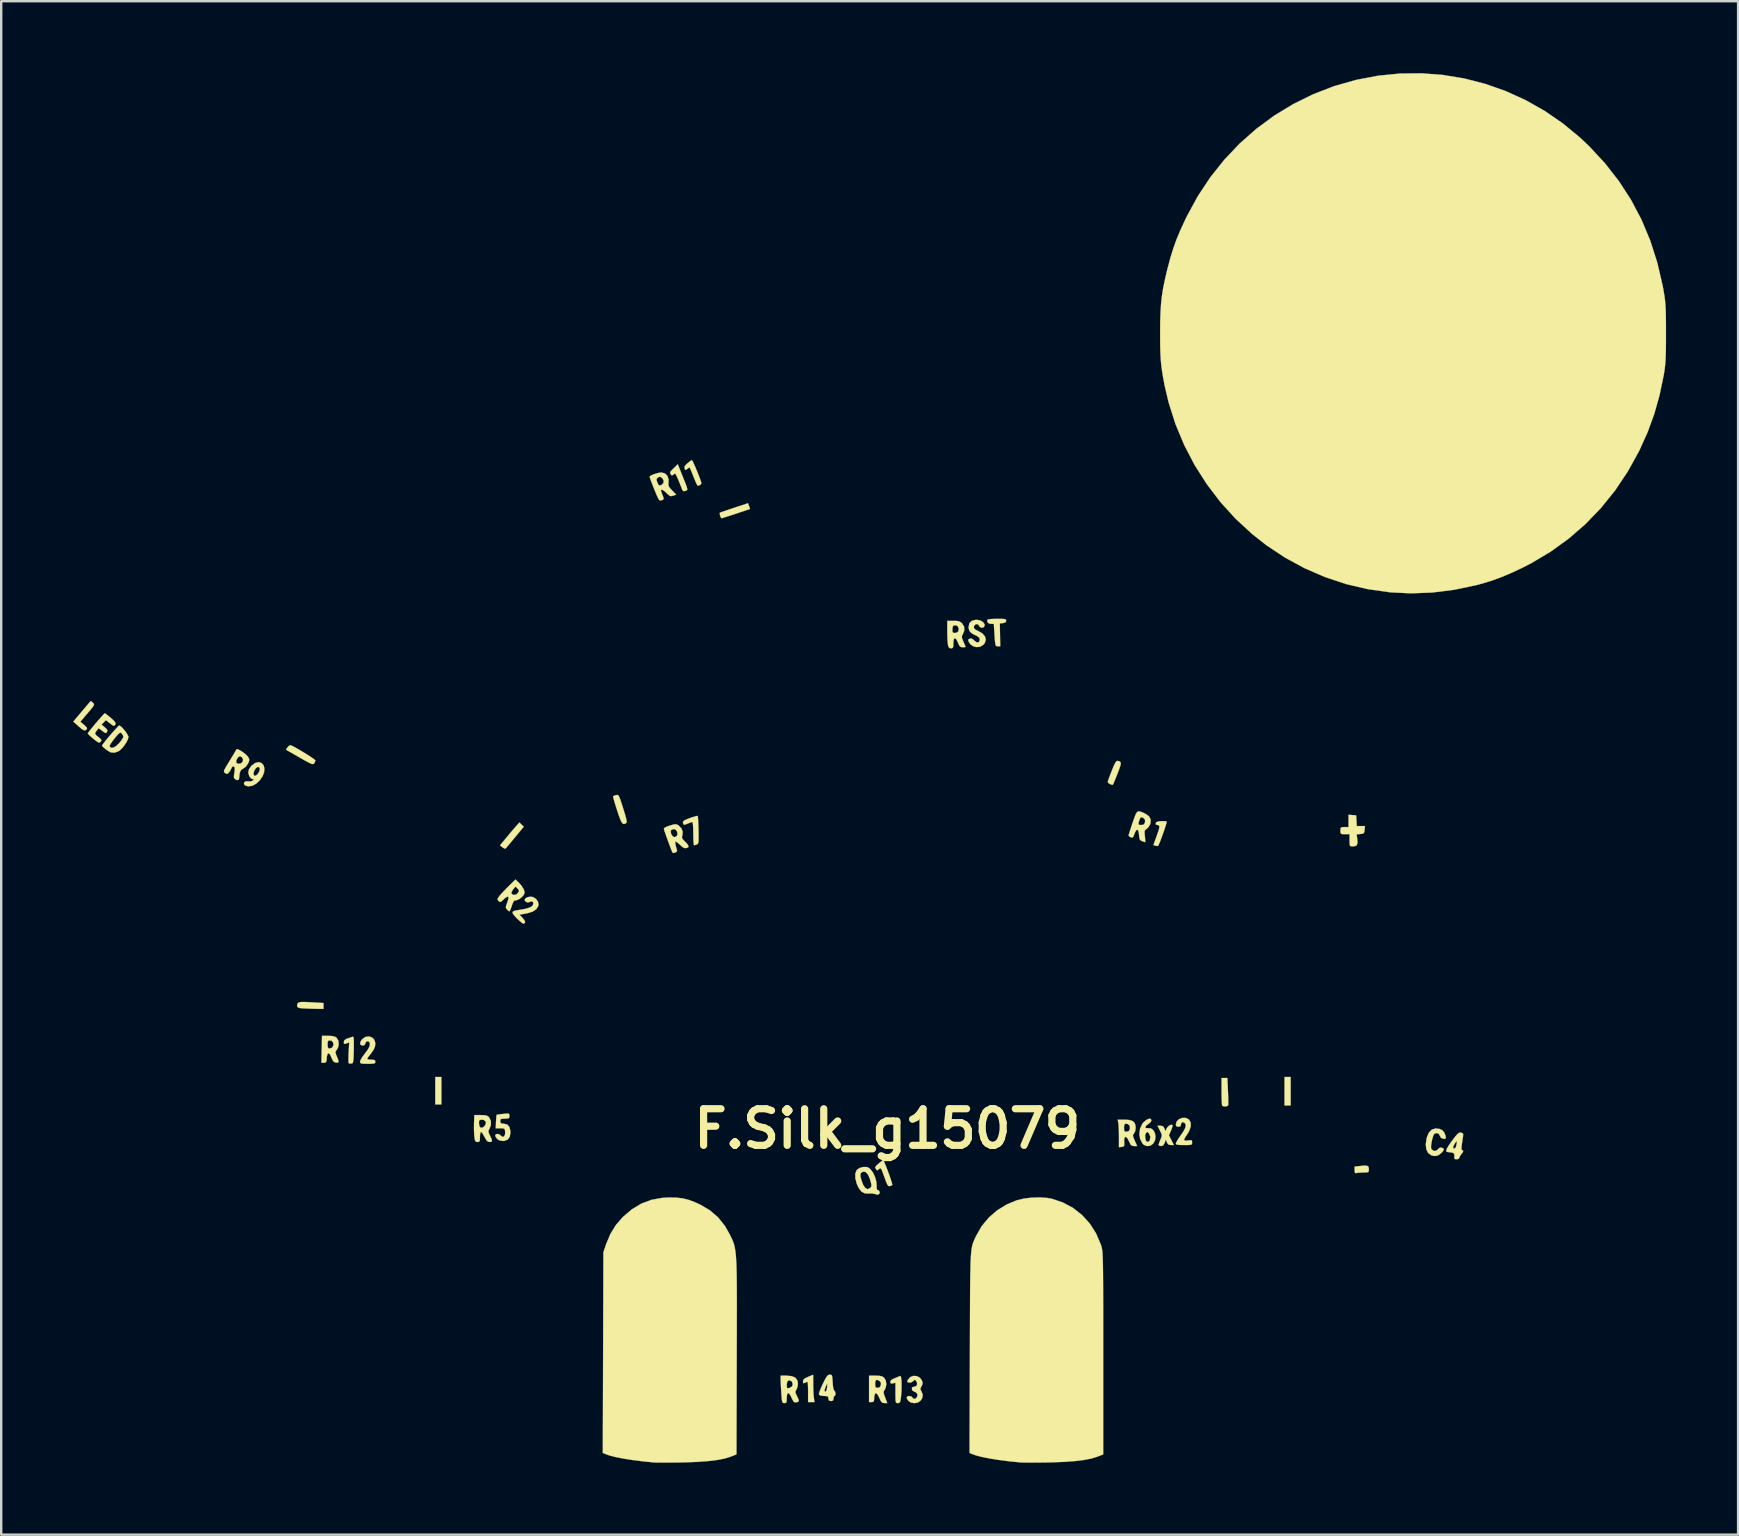
<source format=kicad_pcb>
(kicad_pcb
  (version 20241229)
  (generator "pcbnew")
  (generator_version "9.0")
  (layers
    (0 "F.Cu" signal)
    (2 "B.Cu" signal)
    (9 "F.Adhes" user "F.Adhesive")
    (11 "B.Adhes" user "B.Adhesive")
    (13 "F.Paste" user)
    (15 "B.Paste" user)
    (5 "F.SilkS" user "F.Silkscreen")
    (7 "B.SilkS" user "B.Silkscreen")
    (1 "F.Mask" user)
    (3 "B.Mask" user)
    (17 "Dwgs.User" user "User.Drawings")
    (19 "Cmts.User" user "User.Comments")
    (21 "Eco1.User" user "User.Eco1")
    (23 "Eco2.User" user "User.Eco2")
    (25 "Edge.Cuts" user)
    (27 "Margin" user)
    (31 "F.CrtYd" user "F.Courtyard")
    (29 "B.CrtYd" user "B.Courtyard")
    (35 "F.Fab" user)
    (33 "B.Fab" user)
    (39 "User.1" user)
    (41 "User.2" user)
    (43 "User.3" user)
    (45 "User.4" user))
  (footprint "F.Silk_g15079"
    (layer "F.Cu")
    (at 33.926 43.988)
    (property "Reference" "F.Silk_g15079" (at 0 0 0) (layer "F.SilkS") (effects (font (size 1.524 1.524) (thickness 0.3))))
    (attr through_hole)
    (fp_poly (pts (xy -18.584 -1.016) (xy -18.838 -1.016) (xy -18.838 -2.159) (xy -18.584 -2.159) (xy -18.584 -1.016)) (stroke (width 0.01) (type solid)) (fill yes) (layer "F.SilkS"))
    (fp_poly (pts (xy 16.806 -0.974) (xy 16.552 -0.974) (xy 16.552 -2.159) (xy 16.806 -2.159) (xy 16.806 -0.974)) (stroke (width 0.01) (type solid)) (fill yes) (layer "F.SilkS"))
    (fp_poly (pts (xy -24.224 -5.282) (xy -24.008 -5.271) (xy -23.495 -5.24) (xy -23.495 -4.995) (xy -23.887 -5.002) (xy -24.082 -5.008) (xy -24.264 -5.015) (xy -24.403 -5.023) (xy -24.437 -5.026) (xy -24.55 -5.051) (xy -24.593 -5.098) (xy -24.595 -5.114) (xy -24.588 -5.19) (xy -24.561 -5.242) (xy -24.499 -5.272) (xy -24.391 -5.284) (xy -24.224 -5.282)) (stroke (width 0.01) (type solid)) (fill yes) (layer "F.SilkS"))
    (fp_poly (pts (xy 14.195 -1.561) (xy 14.203 -1.351) (xy 14.207 -1.171) (xy 14.206 -1.039) (xy 14.201 -0.972) (xy 14.199 -0.968) (xy 14.142 -0.939) (xy 14.05 -0.933) (xy 13.97 -0.95) (xy 13.956 -0.96) (xy 13.945 -1.01) (xy 13.937 -1.129) (xy 13.931 -1.299) (xy 13.928 -1.504) (xy 13.928 -1.552) (xy 13.928 -2.117) (xy 14.169 -2.117) (xy 14.195 -1.561)) (stroke (width 0.01) (type solid)) (fill yes) (layer "F.SilkS"))
    (fp_poly (pts (xy 19.997 1.543) (xy 20.048 1.582) (xy 20.065 1.658) (xy 20.066 1.696) (xy 20.062 1.767) (xy 20.035 1.804) (xy 19.965 1.818) (xy 19.837 1.82) (xy 19.695 1.825) (xy 19.581 1.837) (xy 19.54 1.846) (xy 19.495 1.846) (xy 19.476 1.789) (xy 19.473 1.724) (xy 19.473 1.577) (xy 19.728 1.548) (xy 19.896 1.534) (xy 19.997 1.543)) (stroke (width 0.01) (type solid)) (fill yes) (layer "F.SilkS"))
    (fp_poly (pts (xy -15.241 -12.675) (xy -15.15 -12.587) (xy -15.517 -12.146) (xy -15.653 -11.982) (xy -15.771 -11.841) (xy -15.859 -11.736) (xy -15.907 -11.681) (xy -15.911 -11.676) (xy -15.959 -11.68) (xy -16.036 -11.728) (xy -16.039 -11.729) (xy -16.139 -11.811) (xy -15.896 -12.107) (xy -15.763 -12.268) (xy -15.627 -12.428) (xy -15.514 -12.56) (xy -15.493 -12.583) (xy -15.331 -12.764) (xy -15.241 -12.675)) (stroke (width 0.01) (type solid)) (fill yes) (layer "F.SilkS"))
    (fp_poly (pts (xy -5.763 -25.949) (xy -5.721 -25.828) (xy -6.3 -25.635) (xy -6.509 -25.567) (xy -6.688 -25.509) (xy -6.823 -25.466) (xy -6.9 -25.444) (xy -6.91 -25.442) (xy -6.942 -25.478) (xy -6.968 -25.55) (xy -6.983 -25.635) (xy -6.98 -25.671) (xy -6.936 -25.689) (xy -6.826 -25.727) (xy -6.666 -25.782) (xy -6.469 -25.849) (xy -6.384 -25.877) (xy -5.805 -26.069) (xy -5.763 -25.949)) (stroke (width 0.01) (type solid)) (fill yes) (layer "F.SilkS"))
    (fp_poly (pts (xy -24.76 -15.936) (xy -24.624 -15.862) (xy -24.463 -15.769) (xy -24.293 -15.666) (xy -24.129 -15.564) (xy -23.987 -15.471) (xy -23.884 -15.398) (xy -23.836 -15.354) (xy -23.834 -15.35) (xy -23.857 -15.276) (xy -23.887 -15.227) (xy -23.913 -15.203) (xy -23.952 -15.198) (xy -24.017 -15.216) (xy -24.117 -15.264) (xy -24.266 -15.344) (xy -24.475 -15.463) (xy -24.499 -15.477) (xy -25.058 -15.798) (xy -24.99 -15.902) (xy -24.913 -15.977) (xy -24.854 -15.98) (xy -24.76 -15.936)) (stroke (width 0.01) (type solid)) (fill yes) (layer "F.SilkS"))
    (fp_poly (pts (xy -3.09 10.622) (xy -3.087 10.821) (xy -3.079 11.013) (xy -3.067 11.165) (xy -3.063 11.191) (xy -3.036 11.388) (xy -3.302 11.388) (xy -3.302 10.964) (xy -3.304 10.787) (xy -3.31 10.646) (xy -3.319 10.559) (xy -3.326 10.541) (xy -3.378 10.559) (xy -3.432 10.585) (xy -3.493 10.606) (xy -3.513 10.563) (xy -3.514 10.527) (xy -3.498 10.459) (xy -3.438 10.403) (xy -3.316 10.343) (xy -3.302 10.337) (xy -3.09 10.249) (xy -3.09 10.622)) (stroke (width 0.01) (type solid)) (fill yes) (layer "F.SilkS"))
    (fp_poly (pts (xy 9.597 -15.331) (xy 9.673 -15.312) (xy 9.717 -15.279) (xy 9.728 -15.22) (xy 9.708 -15.121) (xy 9.655 -14.968) (xy 9.594 -14.809) (xy 9.523 -14.628) (xy 9.462 -14.478) (xy 9.418 -14.376) (xy 9.398 -14.338) (xy 9.348 -14.339) (xy 9.282 -14.363) (xy 9.209 -14.413) (xy 9.186 -14.453) (xy 9.201 -14.509) (xy 9.241 -14.626) (xy 9.3 -14.784) (xy 9.354 -14.922) (xy 9.433 -15.116) (xy 9.493 -15.241) (xy 9.54 -15.309) (xy 9.581 -15.332) (xy 9.597 -15.331)) (stroke (width 0.01) (type solid)) (fill yes) (layer "F.SilkS"))
    (fp_poly (pts (xy -33.165 -17.808) (xy -33.104 -17.756) (xy -33.07 -17.718) (xy -33.058 -17.68) (xy -33.076 -17.63) (xy -33.13 -17.552) (xy -33.227 -17.434) (xy -33.326 -17.318) (xy -33.629 -16.963) (xy -33.472 -16.831) (xy -33.379 -16.744) (xy -33.347 -16.687) (xy -33.366 -16.647) (xy -33.419 -16.607) (xy -33.478 -16.607) (xy -33.558 -16.653) (xy -33.676 -16.75) (xy -33.714 -16.784) (xy -33.921 -16.97) (xy -33.569 -17.386) (xy -33.436 -17.543) (xy -33.323 -17.676) (xy -33.242 -17.772) (xy -33.203 -17.818) (xy -33.202 -17.82) (xy -33.165 -17.808)) (stroke (width 0.01) (type solid)) (fill yes) (layer "F.SilkS"))
    (fp_poly (pts (xy -8.535 -27.201) (xy -8.446 -26.977) (xy -8.385 -26.82) (xy -8.349 -26.716) (xy -8.337 -26.653) (xy -8.346 -26.618) (xy -8.373 -26.598) (xy -8.415 -26.582) (xy -8.494 -26.568) (xy -8.54 -26.619) (xy -8.548 -26.639) (xy -8.654 -26.908) (xy -8.739 -27.111) (xy -8.801 -27.244) (xy -8.839 -27.303) (xy -8.844 -27.305) (xy -8.895 -27.279) (xy -8.926 -27.252) (xy -8.978 -27.224) (xy -9.018 -27.263) (xy -9.048 -27.317) (xy -9.048 -27.362) (xy -9.008 -27.419) (xy -8.919 -27.51) (xy -8.896 -27.532) (xy -8.732 -27.692) (xy -8.535 -27.201)) (stroke (width 0.01) (type solid)) (fill yes) (layer "F.SilkS"))
    (fp_poly (pts (xy -11.222 -13.904) (xy -11.19 -13.866) (xy -11.153 -13.788) (xy -11.106 -13.657) (xy -11.043 -13.463) (xy -11.009 -13.354) (xy -10.937 -13.12) (xy -10.89 -12.953) (xy -10.866 -12.843) (xy -10.863 -12.776) (xy -10.879 -12.743) (xy -10.885 -12.738) (xy -10.95 -12.705) (xy -11.004 -12.705) (xy -11.054 -12.747) (xy -11.106 -12.84) (xy -11.166 -12.993) (xy -11.243 -13.217) (xy -11.26 -13.27) (xy -11.326 -13.476) (xy -11.378 -13.651) (xy -11.414 -13.781) (xy -11.429 -13.852) (xy -11.428 -13.859) (xy -11.376 -13.883) (xy -11.3 -13.906) (xy -11.257 -13.913) (xy -11.222 -13.904)) (stroke (width 0.01) (type solid)) (fill yes) (layer "F.SilkS"))
    (fp_poly (pts (xy -22.254 -3.83) (xy -22.24 -3.778) (xy -22.232 -3.672) (xy -22.231 -3.5) (xy -22.234 -3.295) (xy -22.24 -3.067) (xy -22.247 -2.909) (xy -22.258 -2.809) (xy -22.274 -2.753) (xy -22.299 -2.727) (xy -22.333 -2.718) (xy -22.415 -2.719) (xy -22.445 -2.732) (xy -22.454 -2.782) (xy -22.456 -2.898) (xy -22.453 -3.06) (xy -22.447 -3.179) (xy -22.424 -3.601) (xy -22.536 -3.558) (xy -22.616 -3.536) (xy -22.645 -3.562) (xy -22.648 -3.614) (xy -22.628 -3.688) (xy -22.552 -3.741) (xy -22.49 -3.764) (xy -22.373 -3.803) (xy -22.287 -3.834) (xy -22.277 -3.838) (xy -22.254 -3.83)) (stroke (width 0.01) (type solid)) (fill yes) (layer "F.SilkS"))
    (fp_poly (pts (xy 0.565 10.327) (xy 0.582 10.423) (xy 0.592 10.571) (xy 0.594 10.753) (xy 0.587 10.953) (xy 0.571 11.155) (xy 0.565 11.208) (xy 0.545 11.338) (xy 0.518 11.405) (xy 0.473 11.428) (xy 0.439 11.43) (xy 0.393 11.427) (xy 0.364 11.407) (xy 0.348 11.354) (xy 0.341 11.254) (xy 0.339 11.091) (xy 0.339 11.006) (xy 0.339 10.582) (xy 0.233 10.608) (xy 0.154 10.616) (xy 0.128 10.574) (xy 0.127 10.55) (xy 0.133 10.509) (xy 0.161 10.472) (xy 0.225 10.432) (xy 0.339 10.381) (xy 0.516 10.308) (xy 0.54 10.299) (xy 0.565 10.327)) (stroke (width 0.01) (type solid)) (fill yes) (layer "F.SilkS"))
    (fp_poly (pts (xy 4.755 -21.25) (xy 4.867 -21.243) (xy 4.927 -21.227) (xy 4.95 -21.199) (xy 4.953 -21.169) (xy 4.928 -21.106) (xy 4.841 -21.077) (xy 4.82 -21.074) (xy 4.688 -21.061) (xy 4.696 -20.585) (xy 4.704 -20.108) (xy 4.601 -20.108) (xy 4.556 -20.112) (xy 4.525 -20.131) (xy 4.505 -20.182) (xy 4.49 -20.279) (xy 4.477 -20.436) (xy 4.468 -20.574) (xy 4.438 -21.04) (xy 4.319 -21.04) (xy 4.219 -21.066) (xy 4.163 -21.131) (xy 4.171 -21.211) (xy 4.172 -21.213) (xy 4.222 -21.23) (xy 4.337 -21.243) (xy 4.495 -21.25) (xy 4.574 -21.251) (xy 4.755 -21.25)) (stroke (width 0.01) (type solid)) (fill yes) (layer "F.SilkS"))
    (fp_poly (pts (xy 11.624 -12.809) (xy 11.642 -12.796) (xy 11.628 -12.73) (xy 11.592 -12.609) (xy 11.541 -12.452) (xy 11.48 -12.279) (xy 11.417 -12.107) (xy 11.359 -11.956) (xy 11.311 -11.844) (xy 11.282 -11.789) (xy 11.279 -11.787) (xy 11.207 -11.79) (xy 11.165 -11.798) (xy 11.103 -11.819) (xy 11.091 -11.827) (xy 11.105 -11.869) (xy 11.141 -11.971) (xy 11.193 -12.115) (xy 11.218 -12.185) (xy 11.289 -12.386) (xy 11.329 -12.521) (xy 11.338 -12.603) (xy 11.318 -12.644) (xy 11.271 -12.657) (xy 11.258 -12.658) (xy 11.19 -12.68) (xy 11.184 -12.732) (xy 11.214 -12.779) (xy 11.292 -12.806) (xy 11.42 -12.819) (xy 11.544 -12.82) (xy 11.624 -12.809)) (stroke (width 0.01) (type solid)) (fill yes) (layer "F.SilkS"))
    (fp_poly (pts (xy -8.122 -27.835) (xy -8.076 -27.74) (xy -8.014 -27.603) (xy -7.946 -27.441) (xy -7.877 -27.273) (xy -7.817 -27.116) (xy -7.771 -26.989) (xy -7.748 -26.91) (xy -7.747 -26.899) (xy -7.782 -26.845) (xy -7.858 -26.804) (xy -7.9 -26.797) (xy -7.926 -26.832) (xy -7.971 -26.921) (xy -7.996 -26.977) (xy -8.06 -27.133) (xy -8.128 -27.306) (xy -8.148 -27.358) (xy -8.195 -27.472) (xy -8.233 -27.545) (xy -8.247 -27.559) (xy -8.292 -27.534) (xy -8.343 -27.492) (xy -8.401 -27.451) (xy -8.432 -27.478) (xy -8.446 -27.518) (xy -8.45 -27.59) (xy -8.402 -27.664) (xy -8.324 -27.735) (xy -8.229 -27.811) (xy -8.161 -27.86) (xy -8.147 -27.868) (xy -8.122 -27.835)) (stroke (width 0.01) (type solid)) (fill yes) (layer "F.SilkS"))
    (fp_poly (pts (xy 19.537 -13.06) (xy 19.55 -12.838) (xy 19.562 -12.615) (xy 19.902 -12.615) (xy 19.889 -12.457) (xy 19.873 -12.352) (xy 19.833 -12.304) (xy 19.739 -12.287) (xy 19.716 -12.285) (xy 19.556 -12.271) (xy 19.584 -12.058) (xy 19.593 -11.906) (xy 19.562 -11.817) (xy 19.481 -11.777) (xy 19.378 -11.769) (xy 19.314 -11.773) (xy 19.279 -11.799) (xy 19.265 -11.866) (xy 19.262 -11.995) (xy 19.262 -12.023) (xy 19.262 -12.277) (xy 19.071 -12.277) (xy 18.954 -12.28) (xy 18.899 -12.301) (xy 18.882 -12.359) (xy 18.881 -12.425) (xy 18.886 -12.52) (xy 18.917 -12.562) (xy 19 -12.573) (xy 19.05 -12.573) (xy 19.219 -12.573) (xy 19.219 -13.086) (xy 19.537 -13.06)) (stroke (width 0.01) (type solid)) (fill yes) (layer "F.SilkS"))
    (fp_poly (pts (xy -0.148 1.349) (xy -0.103 1.449) (xy -0.045 1.592) (xy 0.019 1.76) (xy 0.084 1.936) (xy 0.141 2.1) (xy 0.184 2.236) (xy 0.206 2.323) (xy 0.207 2.346) (xy 0.158 2.368) (xy 0.105 2.386) (xy 0.063 2.39) (xy 0.026 2.364) (xy -0.014 2.295) (xy -0.065 2.17) (xy -0.123 2.009) (xy -0.188 1.828) (xy -0.233 1.714) (xy -0.267 1.657) (xy -0.297 1.645) (xy -0.331 1.666) (xy -0.347 1.68) (xy -0.412 1.727) (xy -0.452 1.714) (xy -0.468 1.692) (xy -0.502 1.624) (xy -0.507 1.602) (xy -0.478 1.559) (xy -0.405 1.486) (xy -0.314 1.407) (xy -0.229 1.342) (xy -0.175 1.312) (xy -0.173 1.312) (xy -0.148 1.349)) (stroke (width 0.01) (type solid)) (fill yes) (layer "F.SilkS"))
    (fp_poly (pts (xy 11.884 -0.153) (xy 11.882 -0.104) (xy 11.851 -0.005) (xy 11.821 0.071) (xy 11.734 0.272) (xy 11.837 0.475) (xy 11.939 0.677) (xy 11.815 0.677) (xy 11.714 0.657) (xy 11.657 0.581) (xy 11.649 0.561) (xy 11.608 0.445) (xy 11.557 0.582) (xy 11.502 0.683) (xy 11.425 0.719) (xy 11.405 0.72) (xy 11.328 0.701) (xy 11.306 0.667) (xy 11.324 0.597) (xy 11.367 0.487) (xy 11.385 0.445) (xy 11.427 0.343) (xy 11.438 0.269) (xy 11.414 0.187) (xy 11.36 0.074) (xy 11.259 -0.127) (xy 11.383 -0.127) (xy 11.484 -0.107) (xy 11.541 -0.031) (xy 11.548 -0.011) (xy 11.589 0.106) (xy 11.634 -0.007) (xy 11.692 -0.091) (xy 11.775 -0.15) (xy 11.854 -0.167) (xy 11.884 -0.153)) (stroke (width 0.01) (type solid)) (fill yes) (layer "F.SilkS"))
    (fp_poly (pts (xy -7.901 -13.037) (xy -7.893 -12.99) (xy -7.885 -12.874) (xy -7.877 -12.706) (xy -7.87 -12.502) (xy -7.869 -12.45) (xy -7.865 -12.22) (xy -7.865 -12.061) (xy -7.871 -11.958) (xy -7.885 -11.898) (xy -7.908 -11.866) (xy -7.939 -11.849) (xy -8.021 -11.821) (xy -8.054 -11.814) (xy -8.066 -11.852) (xy -8.077 -11.959) (xy -8.083 -12.117) (xy -8.086 -12.298) (xy -8.089 -12.489) (xy -8.097 -12.646) (xy -8.109 -12.75) (xy -8.123 -12.785) (xy -8.183 -12.77) (xy -8.286 -12.732) (xy -8.318 -12.719) (xy -8.427 -12.676) (xy -8.481 -12.671) (xy -8.505 -12.709) (xy -8.516 -12.758) (xy -8.508 -12.805) (xy -8.458 -12.849) (xy -8.351 -12.9) (xy -8.226 -12.948) (xy -8.078 -12.997) (xy -7.964 -13.03) (xy -7.905 -13.039) (xy -7.901 -13.037)) (stroke (width 0.01) (type solid)) (fill yes) (layer "F.SilkS"))
    (fp_poly (pts (xy -14.763 -9.656) (xy -14.635 -9.573) (xy -14.554 -9.454) (xy -14.535 -9.323) (xy -14.545 -9.283) (xy -14.631 -9.148) (xy -14.784 -9.048) (xy -15.011 -8.979) (xy -15.063 -8.969) (xy -15.331 -8.922) (xy -15.196 -8.783) (xy -15.113 -8.675) (xy -15.093 -8.596) (xy -15.138 -8.555) (xy -15.17 -8.551) (xy -15.223 -8.58) (xy -15.315 -8.655) (xy -15.428 -8.761) (xy -15.445 -8.777) (xy -15.566 -8.909) (xy -15.619 -8.997) (xy -15.601 -9.055) (xy -15.507 -9.092) (xy -15.346 -9.12) (xy -15.094 -9.163) (xy -14.919 -9.213) (xy -14.811 -9.272) (xy -14.771 -9.319) (xy -14.749 -9.414) (xy -14.785 -9.471) (xy -14.863 -9.471) (xy -14.895 -9.454) (xy -14.986 -9.433) (xy -15.071 -9.464) (xy -15.113 -9.534) (xy -15.113 -9.543) (xy -15.076 -9.607) (xy -14.984 -9.653) (xy -14.869 -9.672) (xy -14.763 -9.656)) (stroke (width 0.01) (type solid)) (fill yes) (layer "F.SilkS"))
    (fp_poly (pts (xy 10.978 -0.412) (xy 11.006 -0.35) (xy 11.006 -0.349) (xy 10.972 -0.28) (xy 10.889 -0.209) (xy 10.879 -0.203) (xy 10.784 -0.13) (xy 10.751 -0.066) (xy 10.781 -0.026) (xy 10.873 -0.026) (xy 10.992 -0.014) (xy 11.087 0.062) (xy 11.15 0.181) (xy 11.175 0.326) (xy 11.156 0.475) (xy 11.088 0.608) (xy 10.97 0.7) (xy 10.831 0.722) (xy 10.698 0.674) (xy 10.632 0.612) (xy 10.535 0.425) (xy 10.511 0.266) (xy 10.741 0.266) (xy 10.747 0.383) (xy 10.776 0.497) (xy 10.823 0.545) (xy 10.891 0.537) (xy 10.939 0.483) (xy 10.961 0.326) (xy 10.901 0.188) (xy 10.849 0.132) (xy 10.811 0.143) (xy 10.778 0.182) (xy 10.741 0.266) (xy 10.511 0.266) (xy 10.502 0.21) (xy 10.532 -0.008) (xy 10.623 -0.204) (xy 10.689 -0.283) (xy 10.803 -0.375) (xy 10.905 -0.419) (xy 10.978 -0.412)) (stroke (width 0.01) (type solid)) (fill yes) (layer "F.SilkS"))
    (fp_poly (pts (xy 23.008 0.005) (xy 23.134 0.063) (xy 23.212 0.166) (xy 23.223 0.192) (xy 23.271 0.323) (xy 23.274 0.393) (xy 23.229 0.418) (xy 23.169 0.416) (xy 23.07 0.376) (xy 23.029 0.296) (xy 22.976 0.208) (xy 22.888 0.176) (xy 22.799 0.208) (xy 22.78 0.227) (xy 22.746 0.3) (xy 22.708 0.426) (xy 22.682 0.544) (xy 22.658 0.699) (xy 22.658 0.796) (xy 22.683 0.858) (xy 22.689 0.866) (xy 22.783 0.925) (xy 22.884 0.909) (xy 22.95 0.847) (xy 23.028 0.785) (xy 23.103 0.788) (xy 23.179 0.823) (xy 23.188 0.876) (xy 23.131 0.96) (xy 23.075 1.019) (xy 22.935 1.117) (xy 22.784 1.135) (xy 22.663 1.101) (xy 22.536 1.007) (xy 22.46 0.853) (xy 22.438 0.649) (xy 22.472 0.406) (xy 22.483 0.36) (xy 22.567 0.159) (xy 22.688 0.034) (xy 22.845 -0.014) (xy 23.008 0.005)) (stroke (width 0.01) (type solid)) (fill yes) (layer "F.SilkS"))
    (fp_poly (pts (xy -26.086 -15.247) (xy -26.002 -15.161) (xy -25.959 -15.032) (xy -25.969 -14.868) (xy -26.031 -14.699) (xy -26.154 -14.517) (xy -26.305 -14.379) (xy -26.469 -14.293) (xy -26.629 -14.269) (xy -26.765 -14.309) (xy -26.811 -14.371) (xy -26.796 -14.437) (xy -26.736 -14.481) (xy -26.65 -14.479) (xy -26.65 -14.478) (xy -26.528 -14.474) (xy -26.457 -14.502) (xy -26.396 -14.545) (xy -26.416 -14.561) (xy -26.42 -14.561) (xy -26.517 -14.602) (xy -26.592 -14.701) (xy -26.606 -14.754) (xy -26.409 -14.754) (xy -26.389 -14.719) (xy -26.331 -14.711) (xy -26.258 -14.76) (xy -26.192 -14.848) (xy -26.17 -14.898) (xy -26.147 -15.001) (xy -26.174 -15.062) (xy -26.182 -15.07) (xy -26.244 -15.078) (xy -26.312 -15.027) (xy -26.371 -14.941) (xy -26.408 -14.842) (xy -26.409 -14.754) (xy -26.606 -14.754) (xy -26.627 -14.835) (xy -26.628 -14.856) (xy -26.602 -14.98) (xy -26.517 -15.103) (xy -26.484 -15.138) (xy -26.337 -15.246) (xy -26.201 -15.279) (xy -26.086 -15.247)) (stroke (width 0.01) (type solid)) (fill yes) (layer "F.SilkS"))
    (fp_poly (pts (xy -0.328 10.294) (xy -0.219 10.318) (xy -0.142 10.367) (xy -0.135 10.373) (xy -0.064 10.491) (xy -0.042 10.645) (xy -0.072 10.8) (xy -0.11 10.873) (xy -0.147 10.935) (xy -0.154 10.997) (xy -0.133 11.086) (xy -0.091 11.2) (xy -0.003 11.43) (xy -0.123 11.43) (xy -0.198 11.419) (xy -0.253 11.375) (xy -0.306 11.276) (xy -0.331 11.218) (xy -0.404 11.076) (xy -0.467 11.017) (xy -0.515 11.04) (xy -0.544 11.145) (xy -0.55 11.264) (xy -0.562 11.353) (xy -0.614 11.385) (xy -0.656 11.388) (xy -0.762 11.388) (xy -0.762 10.626) (xy -0.508 10.626) (xy -0.502 10.735) (xy -0.475 10.783) (xy -0.411 10.795) (xy -0.403 10.795) (xy -0.315 10.77) (xy -0.27 10.683) (xy -0.27 10.683) (xy -0.267 10.578) (xy -0.319 10.513) (xy -0.42 10.459) (xy -0.48 10.478) (xy -0.506 10.572) (xy -0.508 10.626) (xy -0.762 10.626) (xy -0.762 10.287) (xy -0.495 10.287) (xy -0.328 10.294)) (stroke (width 0.01) (type solid)) (fill yes) (layer "F.SilkS"))
    (fp_poly (pts (xy 12.549 -0.401) (xy 12.578 -0.376) (xy 12.642 -0.255) (xy 12.642 -0.096) (xy 12.581 0.086) (xy 12.492 0.235) (xy 12.4 0.372) (xy 12.366 0.455) (xy 12.392 0.493) (xy 12.478 0.495) (xy 12.531 0.487) (xy 12.638 0.473) (xy 12.687 0.486) (xy 12.7 0.54) (xy 12.7 0.568) (xy 12.697 0.622) (xy 12.676 0.655) (xy 12.619 0.671) (xy 12.51 0.677) (xy 12.361 0.677) (xy 12.188 0.674) (xy 12.083 0.663) (xy 12.033 0.642) (xy 12.023 0.614) (xy 12.047 0.551) (xy 12.11 0.443) (xy 12.199 0.311) (xy 12.214 0.291) (xy 12.345 0.1) (xy 12.418 -0.044) (xy 12.436 -0.15) (xy 12.404 -0.229) (xy 12.392 -0.241) (xy 12.313 -0.282) (xy 12.254 -0.248) (xy 12.234 -0.167) (xy 12.208 -0.102) (xy 12.129 -0.085) (xy 12.047 -0.103) (xy 12.023 -0.171) (xy 12.023 -0.183) (xy 12.059 -0.308) (xy 12.154 -0.4) (xy 12.282 -0.452) (xy 12.422 -0.455) (xy 12.549 -0.401)) (stroke (width 0.01) (type solid)) (fill yes) (layer "F.SilkS"))
    (fp_poly (pts (xy 3.875 -21.183) (xy 3.987 -21.117) (xy 4.051 -21.027) (xy 4.056 -20.963) (xy 4.01 -20.896) (xy 3.931 -20.878) (xy 3.857 -20.911) (xy 3.831 -20.955) (xy 3.777 -21.023) (xy 3.7 -21.032) (xy 3.631 -20.986) (xy 3.606 -20.923) (xy 3.612 -20.857) (xy 3.666 -20.804) (xy 3.781 -20.747) (xy 3.96 -20.642) (xy 4.069 -20.516) (xy 4.104 -20.38) (xy 4.061 -20.243) (xy 4.002 -20.17) (xy 3.861 -20.084) (xy 3.695 -20.074) (xy 3.557 -20.12) (xy 3.456 -20.2) (xy 3.399 -20.279) (xy 3.369 -20.359) (xy 3.393 -20.402) (xy 3.43 -20.422) (xy 3.503 -20.433) (xy 3.58 -20.386) (xy 3.617 -20.348) (xy 3.716 -20.273) (xy 3.797 -20.268) (xy 3.845 -20.33) (xy 3.852 -20.387) (xy 3.829 -20.467) (xy 3.748 -20.53) (xy 3.695 -20.554) (xy 3.529 -20.638) (xy 3.432 -20.731) (xy 3.391 -20.848) (xy 3.387 -20.917) (xy 3.419 -21.068) (xy 3.515 -21.164) (xy 3.676 -21.207) (xy 3.735 -21.209) (xy 3.875 -21.183)) (stroke (width 0.01) (type solid)) (fill yes) (layer "F.SilkS"))
    (fp_poly (pts (xy -21.469 -3.804) (xy -21.376 -3.707) (xy -21.336 -3.566) (xy -21.336 -3.553) (xy -21.352 -3.425) (xy -21.407 -3.296) (xy -21.512 -3.144) (xy -21.554 -3.091) (xy -21.627 -2.996) (xy -21.67 -2.926) (xy -21.675 -2.911) (xy -21.637 -2.891) (xy -21.543 -2.879) (xy -21.505 -2.879) (xy -21.395 -2.872) (xy -21.346 -2.843) (xy -21.336 -2.794) (xy -21.343 -2.751) (xy -21.378 -2.725) (xy -21.456 -2.713) (xy -21.596 -2.709) (xy -21.654 -2.709) (xy -21.815 -2.711) (xy -21.91 -2.72) (xy -21.956 -2.74) (xy -21.97 -2.778) (xy -21.971 -2.8) (xy -21.945 -2.877) (xy -21.877 -2.993) (xy -21.782 -3.121) (xy -21.78 -3.123) (xy -21.642 -3.308) (xy -21.57 -3.451) (xy -21.56 -3.559) (xy -21.591 -3.621) (xy -21.658 -3.652) (xy -21.724 -3.621) (xy -21.759 -3.544) (xy -21.759 -3.53) (xy -21.796 -3.484) (xy -21.865 -3.471) (xy -21.948 -3.498) (xy -21.971 -3.569) (xy -21.933 -3.668) (xy -21.867 -3.748) (xy -21.736 -3.832) (xy -21.596 -3.848) (xy -21.469 -3.804)) (stroke (width 0.01) (type solid)) (fill yes) (layer "F.SilkS"))
    (fp_poly (pts (xy -23.298 -3.873) (xy -23.127 -3.865) (xy -23.014 -3.835) (xy -22.949 -3.793) (xy -22.88 -3.679) (xy -22.86 -3.53) (xy -22.892 -3.38) (xy -22.939 -3.298) (xy -22.986 -3.234) (xy -22.997 -3.179) (xy -22.975 -3.099) (xy -22.939 -3.015) (xy -22.883 -2.873) (xy -22.866 -2.793) (xy -22.892 -2.76) (xy -22.961 -2.758) (xy -22.975 -2.759) (xy -23.055 -2.784) (xy -23.112 -2.851) (xy -23.161 -2.963) (xy -23.224 -3.098) (xy -23.281 -3.15) (xy -23.326 -3.121) (xy -23.355 -3.009) (xy -23.36 -2.953) (xy -23.372 -2.831) (xy -23.397 -2.771) (xy -23.447 -2.753) (xy -23.477 -2.752) (xy -23.582 -2.752) (xy -23.57 -3.313) (xy -23.566 -3.514) (xy -23.326 -3.514) (xy -23.318 -3.402) (xy -23.289 -3.353) (xy -23.246 -3.344) (xy -23.152 -3.375) (xy -23.114 -3.407) (xy -23.077 -3.504) (xy -23.097 -3.602) (xy -23.164 -3.67) (xy -23.221 -3.683) (xy -23.288 -3.674) (xy -23.318 -3.63) (xy -23.326 -3.527) (xy -23.326 -3.514) (xy -23.566 -3.514) (xy -23.558 -3.873) (xy -23.298 -3.873)) (stroke (width 0.01) (type solid)) (fill yes) (layer "F.SilkS"))
    (fp_poly (pts (xy -15.788 -0.632) (xy -15.755 -0.609) (xy -15.748 -0.558) (xy -15.748 -0.535) (xy -15.755 -0.466) (xy -15.792 -0.434) (xy -15.88 -0.424) (xy -15.938 -0.423) (xy -16.056 -0.419) (xy -16.112 -0.397) (xy -16.128 -0.346) (xy -16.129 -0.318) (xy -16.118 -0.246) (xy -16.067 -0.216) (xy -15.983 -0.212) (xy -15.841 -0.178) (xy -15.749 -0.077) (xy -15.708 0.092) (xy -15.706 0.158) (xy -15.735 0.335) (xy -15.822 0.451) (xy -15.965 0.505) (xy -16.023 0.508) (xy -16.174 0.478) (xy -16.256 0.423) (xy -16.319 0.34) (xy -16.341 0.275) (xy -16.309 0.225) (xy -16.235 0.214) (xy -16.153 0.242) (xy -16.108 0.282) (xy -16.037 0.338) (xy -15.973 0.321) (xy -15.932 0.243) (xy -15.925 0.138) (xy -15.937 0.04) (xy -15.969 -0.006) (xy -16.044 -0.02) (xy -16.129 -0.021) (xy -16.32 -0.021) (xy -16.306 -0.295) (xy -16.298 -0.437) (xy -16.289 -0.54) (xy -16.282 -0.581) (xy -16.237 -0.591) (xy -16.132 -0.606) (xy -16.009 -0.62) (xy -15.866 -0.633) (xy -15.788 -0.632)) (stroke (width 0.01) (type solid)) (fill yes) (layer "F.SilkS"))
    (fp_poly (pts (xy -2.346 10.25) (xy -2.314 10.276) (xy -2.296 10.341) (xy -2.285 10.463) (xy -2.279 10.57) (xy -2.263 10.755) (xy -2.238 10.872) (xy -2.211 10.912) (xy -2.174 10.957) (xy -2.16 11.035) (xy -2.17 11.107) (xy -2.201 11.134) (xy -2.233 11.17) (xy -2.244 11.239) (xy -2.261 11.32) (xy -2.33 11.345) (xy -2.349 11.345) (xy -2.43 11.328) (xy -2.455 11.259) (xy -2.455 11.239) (xy -2.463 11.174) (xy -2.503 11.143) (xy -2.597 11.134) (xy -2.641 11.134) (xy -2.784 11.119) (xy -2.849 11.076) (xy -2.851 11.073) (xy -2.843 11.011) (xy -2.819 10.941) (xy -2.617 10.941) (xy -2.574 10.955) (xy -2.572 10.954) (xy -2.536 10.905) (xy -2.513 10.803) (xy -2.51 10.771) (xy -2.501 10.604) (xy -2.561 10.732) (xy -2.612 10.864) (xy -2.617 10.941) (xy -2.819 10.941) (xy -2.803 10.893) (xy -2.739 10.739) (xy -2.687 10.628) (xy -2.598 10.45) (xy -2.531 10.336) (xy -2.478 10.273) (xy -2.428 10.248) (xy -2.398 10.245) (xy -2.346 10.25)) (stroke (width 0.01) (type solid)) (fill yes) (layer "F.SilkS"))
    (fp_poly (pts (xy 1.227 10.305) (xy 1.354 10.372) (xy 1.435 10.476) (xy 1.471 10.575) (xy 1.459 10.656) (xy 1.425 10.722) (xy 1.381 10.814) (xy 1.385 10.879) (xy 1.418 10.935) (xy 1.477 11.08) (xy 1.451 11.227) (xy 1.394 11.318) (xy 1.278 11.405) (xy 1.129 11.434) (xy 0.981 11.406) (xy 0.889 11.345) (xy 0.816 11.246) (xy 0.814 11.173) (xy 0.88 11.136) (xy 0.911 11.134) (xy 1.002 11.156) (xy 1.043 11.197) (xy 1.094 11.254) (xy 1.161 11.25) (xy 1.222 11.201) (xy 1.256 11.123) (xy 1.25 11.054) (xy 1.191 10.981) (xy 1.13 10.956) (xy 1.046 10.908) (xy 1.024 10.848) (xy 1.03 10.776) (xy 1.093 10.753) (xy 1.114 10.753) (xy 1.206 10.721) (xy 1.245 10.641) (xy 1.222 10.541) (xy 1.202 10.511) (xy 1.153 10.459) (xy 1.114 10.475) (xy 1.083 10.512) (xy 0.987 10.572) (xy 0.915 10.576) (xy 0.841 10.559) (xy 0.832 10.517) (xy 0.859 10.457) (xy 0.955 10.347) (xy 1.086 10.297) (xy 1.227 10.305)) (stroke (width 0.01) (type solid)) (fill yes) (layer "F.SilkS"))
    (fp_poly (pts (xy 23.905 0.161) (xy 23.972 0.181) (xy 23.996 0.224) (xy 23.99 0.317) (xy 23.984 0.355) (xy 23.95 0.579) (xy 23.93 0.731) (xy 23.924 0.826) (xy 23.932 0.874) (xy 23.952 0.889) (xy 23.955 0.889) (xy 24 0.913) (xy 23.976 0.983) (xy 23.918 1.058) (xy 23.858 1.146) (xy 23.834 1.213) (xy 23.797 1.257) (xy 23.723 1.27) (xy 23.646 1.26) (xy 23.624 1.211) (xy 23.631 1.146) (xy 23.625 1.052) (xy 23.567 0.998) (xy 23.442 0.976) (xy 23.379 0.974) (xy 23.311 0.96) (xy 23.29 0.912) (xy 23.318 0.825) (xy 23.365 0.746) (xy 23.576 0.746) (xy 23.58 0.801) (xy 23.592 0.812) (xy 23.648 0.824) (xy 23.689 0.771) (xy 23.721 0.646) (xy 23.736 0.544) (xy 23.724 0.517) (xy 23.681 0.564) (xy 23.629 0.645) (xy 23.576 0.746) (xy 23.365 0.746) (xy 23.398 0.689) (xy 23.533 0.499) (xy 23.541 0.488) (xy 23.662 0.329) (xy 23.748 0.228) (xy 23.811 0.175) (xy 23.865 0.157) (xy 23.905 0.161)) (stroke (width 0.01) (type solid)) (fill yes) (layer "F.SilkS"))
    (fp_poly (pts (xy -32.565 -17.289) (xy -32.479 -17.222) (xy -32.366 -17.127) (xy -32.358 -17.121) (xy -32.239 -17.015) (xy -32.177 -16.943) (xy -32.161 -16.89) (xy -32.176 -16.844) (xy -32.206 -16.798) (xy -32.243 -16.793) (xy -32.308 -16.832) (xy -32.391 -16.895) (xy -32.561 -17.03) (xy -32.653 -16.937) (xy -32.745 -16.844) (xy -32.609 -16.73) (xy -32.524 -16.649) (xy -32.5 -16.589) (xy -32.517 -16.539) (xy -32.55 -16.496) (xy -32.591 -16.496) (xy -32.664 -16.542) (xy -32.712 -16.578) (xy -32.864 -16.694) (xy -32.942 -16.597) (xy -33.001 -16.515) (xy -33.009 -16.455) (xy -32.959 -16.392) (xy -32.87 -16.321) (xy -32.779 -16.243) (xy -32.75 -16.188) (xy -32.769 -16.146) (xy -32.811 -16.104) (xy -32.855 -16.095) (xy -32.919 -16.125) (xy -33.02 -16.2) (xy -33.099 -16.263) (xy -33.21 -16.359) (xy -33.288 -16.436) (xy -33.316 -16.477) (xy -33.29 -16.52) (xy -33.221 -16.611) (xy -33.122 -16.734) (xy -33.005 -16.874) (xy -32.884 -17.016) (xy -32.77 -17.146) (xy -32.678 -17.247) (xy -32.619 -17.306) (xy -32.606 -17.314) (xy -32.565 -17.289)) (stroke (width 0.01) (type solid)) (fill yes) (layer "F.SilkS"))
    (fp_poly (pts (xy -31.947 -16.774) (xy -31.862 -16.691) (xy -31.77 -16.582) (xy -31.688 -16.467) (xy -31.634 -16.37) (xy -31.623 -16.328) (xy -31.652 -16.218) (xy -31.725 -16.078) (xy -31.827 -15.933) (xy -31.939 -15.809) (xy -32.022 -15.743) (xy -32.194 -15.674) (xy -32.353 -15.685) (xy -32.386 -15.698) (xy -32.474 -15.749) (xy -32.576 -15.822) (xy -32.666 -15.898) (xy -32.701 -15.937) (xy -32.412 -15.937) (xy -32.353 -15.876) (xy -32.258 -15.881) (xy -32.139 -15.947) (xy -32.008 -16.071) (xy -32.008 -16.071) (xy -31.916 -16.187) (xy -31.853 -16.286) (xy -31.835 -16.338) (xy -31.861 -16.421) (xy -31.919 -16.491) (xy -31.964 -16.51) (xy -32.014 -16.478) (xy -32.095 -16.397) (xy -32.189 -16.285) (xy -32.283 -16.163) (xy -32.361 -16.05) (xy -32.406 -15.966) (xy -32.412 -15.937) (xy -32.701 -15.937) (xy -32.718 -15.956) (xy -32.724 -15.969) (xy -32.698 -16.015) (xy -32.628 -16.108) (xy -32.527 -16.232) (xy -32.409 -16.373) (xy -32.286 -16.515) (xy -32.171 -16.643) (xy -32.078 -16.743) (xy -32.018 -16.799) (xy -32.006 -16.806) (xy -31.947 -16.774)) (stroke (width 0.01) (type solid)) (fill yes) (layer "F.SilkS"))
    (fp_poly (pts (xy -0.852 1.594) (xy -0.803 1.609) (xy -0.694 1.693) (xy -0.592 1.836) (xy -0.51 2.016) (xy -0.458 2.207) (xy -0.448 2.339) (xy -0.445 2.456) (xy -0.434 2.529) (xy -0.426 2.541) (xy -0.349 2.575) (xy -0.315 2.648) (xy -0.321 2.681) (xy -0.364 2.738) (xy -0.441 2.741) (xy -0.529 2.713) (xy -0.626 2.696) (xy -0.756 2.696) (xy -0.783 2.699) (xy -0.95 2.687) (xy -1.086 2.608) (xy -1.2 2.455) (xy -1.271 2.296) (xy -1.331 2.072) (xy -1.335 1.895) (xy -1.124 1.895) (xy -1.12 1.983) (xy -1.085 2.126) (xy -1.081 2.138) (xy -1.007 2.337) (xy -0.922 2.463) (xy -0.832 2.513) (xy -0.765 2.499) (xy -0.691 2.441) (xy -0.666 2.403) (xy -0.666 2.322) (xy -0.694 2.195) (xy -0.741 2.053) (xy -0.798 1.925) (xy -0.823 1.882) (xy -0.914 1.797) (xy -1.015 1.785) (xy -1.099 1.84) (xy -1.124 1.895) (xy -1.335 1.895) (xy -1.335 1.879) (xy -1.283 1.732) (xy -1.269 1.713) (xy -1.157 1.633) (xy -1.004 1.591) (xy -0.852 1.594)) (stroke (width 0.01) (type solid)) (fill yes) (layer "F.SilkS"))
    (fp_poly (pts (xy 10.089 -0.366) (xy 10.233 -0.317) (xy 10.316 -0.226) (xy 10.347 -0.087) (xy 10.349 -0.047) (xy 10.329 0.098) (xy 10.279 0.196) (xy 10.242 0.242) (xy 10.235 0.294) (xy 10.26 0.377) (xy 10.309 0.493) (xy 10.409 0.72) (xy 10.283 0.72) (xy 10.201 0.709) (xy 10.144 0.663) (xy 10.089 0.56) (xy 10.075 0.529) (xy 10.002 0.393) (xy 9.939 0.335) (xy 9.892 0.355) (xy 9.869 0.451) (xy 9.87 0.54) (xy 9.874 0.662) (xy 9.859 0.723) (xy 9.813 0.747) (xy 9.767 0.754) (xy 9.652 0.768) (xy 9.652 0.326) (xy 9.649 0.125) (xy 9.643 -0.04) (xy 9.864 -0.04) (xy 9.868 0.07) (xy 9.892 0.116) (xy 9.952 0.122) (xy 9.98 0.119) (xy 10.069 0.091) (xy 10.106 0.015) (xy 10.11 -0.017) (xy 10.095 -0.136) (xy 10.016 -0.2) (xy 9.938 -0.211) (xy 9.889 -0.193) (xy 9.867 -0.125) (xy 9.864 -0.04) (xy 9.643 -0.04) (xy 9.643 -0.057) (xy 9.633 -0.195) (xy 9.626 -0.249) (xy 9.599 -0.381) (xy 9.875 -0.381) (xy 10.089 -0.366)) (stroke (width 0.01) (type solid)) (fill yes) (layer "F.SilkS"))
    (fp_poly (pts (xy 2.909 -21.161) (xy 3.01 -21.138) (xy 3.086 -21.088) (xy 3.113 -21.063) (xy 3.2 -20.923) (xy 3.207 -20.764) (xy 3.149 -20.619) (xy 3.111 -20.545) (xy 3.105 -20.479) (xy 3.132 -20.389) (xy 3.17 -20.3) (xy 3.22 -20.183) (xy 3.253 -20.103) (xy 3.26 -20.082) (xy 3.223 -20.07) (xy 3.138 -20.066) (xy 3.059 -20.077) (xy 3.005 -20.125) (xy 2.955 -20.229) (xy 2.944 -20.256) (xy 2.879 -20.393) (xy 2.822 -20.446) (xy 2.778 -20.419) (xy 2.754 -20.311) (xy 2.752 -20.235) (xy 2.748 -20.11) (xy 2.73 -20.047) (xy 2.688 -20.025) (xy 2.651 -20.024) (xy 2.582 -20.039) (xy 2.543 -20.099) (xy 2.525 -20.182) (xy 2.513 -20.295) (xy 2.504 -20.464) (xy 2.499 -20.661) (xy 2.498 -20.754) (xy 2.498 -20.804) (xy 2.709 -20.804) (xy 2.718 -20.705) (xy 2.755 -20.665) (xy 2.813 -20.659) (xy 2.908 -20.685) (xy 2.956 -20.728) (xy 2.979 -20.838) (xy 2.94 -20.934) (xy 2.874 -20.977) (xy 2.778 -20.985) (xy 2.725 -20.927) (xy 2.709 -20.804) (xy 2.498 -20.804) (xy 2.498 -21.167) (xy 2.754 -21.167) (xy 2.909 -21.161)) (stroke (width 0.01) (type solid)) (fill yes) (layer "F.SilkS"))
    (fp_poly (pts (xy -16.94 -0.571) (xy -16.785 -0.566) (xy -16.688 -0.547) (xy -16.624 -0.507) (xy -16.59 -0.471) (xy -16.522 -0.323) (xy -16.522 -0.152) (xy -16.578 -0.003) (xy -16.617 0.074) (xy -16.62 0.14) (xy -16.586 0.23) (xy -16.557 0.287) (xy -16.493 0.424) (xy -16.474 0.504) (xy -16.502 0.542) (xy -16.573 0.55) (xy -16.645 0.534) (xy -16.708 0.472) (xy -16.78 0.348) (xy -16.785 0.339) (xy -16.851 0.223) (xy -16.907 0.146) (xy -16.934 0.127) (xy -16.958 0.165) (xy -16.973 0.262) (xy -16.976 0.339) (xy -16.979 0.464) (xy -16.997 0.527) (xy -17.039 0.548) (xy -17.078 0.55) (xy -17.14 0.541) (xy -17.175 0.501) (xy -17.197 0.408) (xy -17.208 0.328) (xy -17.22 0.172) (xy -17.225 -0.026) (xy -17.222 -0.225) (xy -17.222 -0.233) (xy -17.222 -0.24) (xy -17.018 -0.24) (xy -16.998 -0.105) (xy -16.942 -0.041) (xy -16.858 -0.054) (xy -16.788 -0.109) (xy -16.727 -0.212) (xy -16.739 -0.306) (xy -16.816 -0.368) (xy -16.896 -0.381) (xy -16.979 -0.372) (xy -17.013 -0.326) (xy -17.018 -0.24) (xy -17.222 -0.24) (xy -17.209 -0.572) (xy -16.94 -0.571)) (stroke (width 0.01) (type solid)) (fill yes) (layer "F.SilkS"))
    (fp_poly (pts (xy -15.364 -10.264) (xy -15.235 -10.117) (xy -15.146 -9.969) (xy -15.113 -9.843) (xy -15.113 -9.841) (xy -15.147 -9.753) (xy -15.232 -9.655) (xy -15.34 -9.571) (xy -15.445 -9.527) (xy -15.467 -9.525) (xy -15.532 -9.514) (xy -15.579 -9.469) (xy -15.622 -9.37) (xy -15.648 -9.292) (xy -15.692 -9.167) (xy -15.73 -9.082) (xy -15.749 -9.059) (xy -15.796 -9.087) (xy -15.849 -9.138) (xy -15.888 -9.19) (xy -15.897 -9.245) (xy -15.875 -9.329) (xy -15.836 -9.433) (xy -15.788 -9.582) (xy -15.789 -9.663) (xy -15.837 -9.674) (xy -15.929 -9.615) (xy -15.985 -9.563) (xy -16.075 -9.481) (xy -16.131 -9.452) (xy -16.175 -9.47) (xy -16.198 -9.492) (xy -16.24 -9.544) (xy -16.234 -9.598) (xy -16.18 -9.68) (xy -16.112 -9.762) (xy -16.076 -9.801) (xy -15.662 -9.801) (xy -15.654 -9.79) (xy -15.568 -9.74) (xy -15.467 -9.76) (xy -15.391 -9.831) (xy -15.349 -9.905) (xy -15.365 -9.961) (xy -15.41 -10.01) (xy -15.496 -10.096) (xy -15.597 -9.969) (xy -15.662 -9.868) (xy -15.662 -9.801) (xy -16.076 -9.801) (xy -16.001 -9.883) (xy -15.866 -10.023) (xy -15.794 -10.095) (xy -15.496 -10.389) (xy -15.364 -10.264)) (stroke (width 0.01) (type solid)) (fill yes) (layer "F.SilkS"))
    (fp_poly (pts (xy -3.978 10.309) (xy -3.828 10.375) (xy -3.746 10.49) (xy -3.725 10.619) (xy -3.743 10.751) (xy -3.786 10.862) (xy -3.79 10.869) (xy -3.827 10.935) (xy -3.827 10.999) (xy -3.788 11.094) (xy -3.769 11.131) (xy -3.707 11.261) (xy -3.69 11.338) (xy -3.718 11.377) (xy -3.79 11.398) (xy -3.857 11.401) (xy -3.907 11.367) (xy -3.957 11.277) (xy -3.986 11.213) (xy -4.059 11.071) (xy -4.119 11.011) (xy -4.163 11.031) (xy -4.188 11.132) (xy -4.191 11.218) (xy -4.195 11.344) (xy -4.212 11.407) (xy -4.254 11.428) (xy -4.29 11.43) (xy -4.336 11.426) (xy -4.367 11.402) (xy -4.387 11.344) (xy -4.401 11.236) (xy -4.414 11.062) (xy -4.417 11.017) (xy -4.429 10.818) (xy -4.437 10.669) (xy -4.191 10.669) (xy -4.187 10.772) (xy -4.162 10.811) (xy -4.1 10.806) (xy -4.075 10.799) (xy -3.974 10.74) (xy -3.944 10.668) (xy -3.961 10.562) (xy -4.001 10.515) (xy -4.094 10.477) (xy -4.159 10.516) (xy -4.19 10.627) (xy -4.191 10.669) (xy -4.437 10.669) (xy -4.439 10.633) (xy -4.444 10.49) (xy -4.445 10.446) (xy -4.445 10.287) (xy -4.197 10.287) (xy -3.978 10.309)) (stroke (width 0.01) (type solid)) (fill yes) (layer "F.SilkS"))
    (fp_poly (pts (xy -9.267 -27.31) (xy -9.165 -27.21) (xy -9.115 -27.061) (xy -9.117 -26.945) (xy -9.124 -26.842) (xy -9.103 -26.763) (xy -9.042 -26.679) (xy -8.969 -26.601) (xy -8.798 -26.427) (xy -8.924 -26.383) (xy -9.007 -26.362) (xy -9.073 -26.379) (xy -9.152 -26.445) (xy -9.19 -26.483) (xy -9.284 -26.569) (xy -9.362 -26.621) (xy -9.385 -26.628) (xy -9.425 -26.623) (xy -9.435 -26.598) (xy -9.417 -26.531) (xy -9.372 -26.415) (xy -9.328 -26.301) (xy -9.323 -26.241) (xy -9.36 -26.209) (xy -9.425 -26.187) (xy -9.465 -26.182) (xy -9.502 -26.202) (xy -9.543 -26.26) (xy -9.594 -26.367) (xy -9.665 -26.534) (xy -9.711 -26.648) (xy -9.785 -26.837) (xy -9.847 -26.999) (xy -9.876 -27.079) (xy -9.616 -27.079) (xy -9.614 -27.017) (xy -9.583 -26.935) (xy -9.536 -26.836) (xy -9.494 -26.803) (xy -9.43 -26.823) (xy -9.395 -26.841) (xy -9.326 -26.918) (xy -9.324 -27.021) (xy -9.38 -27.111) (xy -9.456 -27.17) (xy -9.525 -27.161) (xy -9.575 -27.125) (xy -9.616 -27.079) (xy -9.876 -27.079) (xy -9.889 -27.115) (xy -9.906 -27.171) (xy -9.906 -27.172) (xy -9.869 -27.212) (xy -9.774 -27.258) (xy -9.649 -27.302) (xy -9.518 -27.335) (xy -9.41 -27.347) (xy -9.267 -27.31)) (stroke (width 0.01) (type solid)) (fill yes) (layer "F.SilkS"))
    (fp_poly (pts (xy -26.999 -15.783) (xy -26.891 -15.718) (xy -26.78 -15.637) (xy -26.686 -15.554) (xy -26.63 -15.485) (xy -26.593 -15.403) (xy -26.595 -15.329) (xy -26.639 -15.223) (xy -26.641 -15.218) (xy -26.734 -15.086) (xy -26.837 -15.016) (xy -26.935 -14.947) (xy -26.99 -14.823) (xy -27.009 -14.633) (xy -27.009 -14.621) (xy -27.032 -14.54) (xy -27.101 -14.53) (xy -27.182 -14.571) (xy -27.222 -14.617) (xy -27.23 -14.693) (xy -27.213 -14.812) (xy -27.195 -14.94) (xy -27.193 -15.036) (xy -27.197 -15.06) (xy -27.244 -15.11) (xy -27.298 -15.087) (xy -27.324 -15.039) (xy -27.368 -14.951) (xy -27.427 -14.863) (xy -27.489 -14.796) (xy -27.541 -14.792) (xy -27.594 -14.824) (xy -27.629 -14.852) (xy -27.644 -14.885) (xy -27.635 -14.936) (xy -27.595 -15.018) (xy -27.521 -15.146) (xy -27.41 -15.327) (xy -27.406 -15.333) (xy -27.133 -15.333) (xy -27.131 -15.256) (xy -27.121 -15.243) (xy -27.033 -15.206) (xy -26.932 -15.23) (xy -26.865 -15.293) (xy -26.847 -15.389) (xy -26.891 -15.48) (xy -26.971 -15.526) (xy -27.035 -15.501) (xy -27.095 -15.426) (xy -27.133 -15.333) (xy -27.406 -15.333) (xy -27.304 -15.501) (xy -27.214 -15.65) (xy -27.151 -15.758) (xy -27.123 -15.811) (xy -27.123 -15.811) (xy -27.082 -15.818) (xy -26.999 -15.783)) (stroke (width 0.01) (type solid)) (fill yes) (layer "F.SilkS"))
    (fp_poly (pts (xy -8.767 -12.679) (xy -8.701 -12.642) (xy -8.7 -12.64) (xy -8.58 -12.52) (xy -8.526 -12.371) (xy -8.542 -12.227) (xy -8.561 -12.145) (xy -8.534 -12.076) (xy -8.458 -11.994) (xy -8.338 -11.87) (xy -8.286 -11.785) (xy -8.297 -11.731) (xy -8.363 -11.701) (xy -8.442 -11.696) (xy -8.521 -11.732) (xy -8.625 -11.821) (xy -8.638 -11.835) (xy -8.734 -11.919) (xy -8.806 -11.965) (xy -8.833 -11.967) (xy -8.84 -11.912) (xy -8.822 -11.811) (xy -8.814 -11.78) (xy -8.782 -11.667) (xy -8.763 -11.59) (xy -8.761 -11.58) (xy -8.791 -11.537) (xy -8.86 -11.503) (xy -8.928 -11.495) (xy -8.949 -11.507) (xy -8.977 -11.568) (xy -9.024 -11.687) (xy -9.083 -11.843) (xy -9.148 -12.018) (xy -9.21 -12.191) (xy -9.263 -12.344) (xy -9.283 -12.404) (xy -9.032 -12.404) (xy -9.008 -12.288) (xy -9.007 -12.285) (xy -8.941 -12.181) (xy -8.859 -12.151) (xy -8.774 -12.2) (xy -8.767 -12.208) (xy -8.742 -12.291) (xy -8.765 -12.389) (xy -8.821 -12.465) (xy -8.878 -12.488) (xy -8.99 -12.467) (xy -9.032 -12.404) (xy -9.283 -12.404) (xy -9.3 -12.456) (xy -9.313 -12.509) (xy -9.276 -12.546) (xy -9.179 -12.594) (xy -9.061 -12.636) (xy -8.92 -12.676) (xy -8.831 -12.691) (xy -8.767 -12.679)) (stroke (width 0.01) (type solid)) (fill yes) (layer "F.SilkS"))
    (fp_poly (pts (xy 10.553 -13.217) (xy 10.669 -13.168) (xy 10.747 -13.132) (xy 10.9 -13.027) (xy 10.973 -12.894) (xy 10.967 -12.738) (xy 10.948 -12.684) (xy 10.883 -12.573) (xy 10.804 -12.494) (xy 10.795 -12.488) (xy 10.744 -12.453) (xy 10.721 -12.402) (xy 10.72 -12.311) (xy 10.732 -12.189) (xy 10.745 -12.057) (xy 10.75 -11.967) (xy 10.746 -11.941) (xy 10.7 -11.957) (xy 10.617 -11.986) (xy 10.549 -12.021) (xy 10.512 -12.078) (xy 10.495 -12.183) (xy 10.49 -12.248) (xy 10.469 -12.395) (xy 10.429 -12.463) (xy 10.378 -12.449) (xy 10.321 -12.352) (xy 10.298 -12.29) (xy 10.256 -12.181) (xy 10.217 -12.137) (xy 10.161 -12.141) (xy 10.147 -12.146) (xy 10.075 -12.188) (xy 10.054 -12.221) (xy 10.067 -12.275) (xy 10.103 -12.392) (xy 10.155 -12.555) (xy 10.218 -12.743) (xy 10.466 -12.743) (xy 10.469 -12.682) (xy 10.519 -12.66) (xy 10.583 -12.658) (xy 10.68 -12.674) (xy 10.728 -12.739) (xy 10.737 -12.77) (xy 10.74 -12.874) (xy 10.687 -12.939) (xy 10.605 -12.988) (xy 10.554 -12.974) (xy 10.512 -12.889) (xy 10.503 -12.863) (xy 10.466 -12.743) (xy 10.218 -12.743) (xy 10.22 -12.747) (xy 10.223 -12.758) (xy 10.298 -12.973) (xy 10.355 -13.118) (xy 10.409 -13.201) (xy 10.471 -13.231) (xy 10.553 -13.217)) (stroke (width 0.01) (type solid)) (fill yes) (layer "F.SilkS"))
    (fp_poly (pts (xy -8.797 2.869) (xy -8.537 2.898) (xy -8.293 2.957) (xy -8.034 3.053) (xy -7.799 3.159) (xy -7.398 3.395) (xy -7.055 3.689) (xy -6.77 4.046) (xy -6.585 4.369) (xy -6.534 4.471) (xy -6.488 4.564) (xy -6.448 4.653) (xy -6.413 4.742) (xy -6.383 4.838) (xy -6.358 4.945) (xy -6.336 5.07) (xy -6.318 5.217) (xy -6.304 5.392) (xy -6.292 5.6) (xy -6.284 5.847) (xy -6.278 6.139) (xy -6.274 6.48) (xy -6.272 6.876) (xy -6.271 7.332) (xy -6.272 7.854) (xy -6.273 8.448) (xy -6.275 9.118) (xy -6.276 9.47) (xy -6.287 13.567) (xy -6.519 13.66) (xy -6.765 13.737) (xy -7.076 13.799) (xy -7.458 13.846) (xy -7.914 13.88) (xy -8.449 13.9) (xy -8.594 13.903) (xy -8.882 13.907) (xy -9.153 13.909) (xy -9.391 13.909) (xy -9.581 13.908) (xy -9.708 13.904) (xy -9.737 13.902) (xy -10.192 13.857) (xy -10.614 13.803) (xy -10.991 13.744) (xy -11.313 13.681) (xy -11.569 13.616) (xy -11.717 13.565) (xy -11.856 13.507) (xy -11.844 9.325) (xy -11.832 5.144) (xy -11.717 4.805) (xy -11.54 4.382) (xy -11.313 4.013) (xy -11.021 3.677) (xy -11.012 3.668) (xy -10.642 3.353) (xy -10.251 3.118) (xy -9.832 2.961) (xy -9.377 2.878) (xy -9.102 2.864) (xy -8.797 2.869)) (stroke (width 0.01) (type solid)) (fill yes) (layer "F.SilkS"))
    (fp_poly (pts (xy 6.663 2.881) (xy 6.858 2.916) (xy 7.321 3.073) (xy 7.742 3.301) (xy 8.115 3.595) (xy 8.436 3.949) (xy 8.697 4.357) (xy 8.893 4.813) (xy 8.918 4.892) (xy 8.931 4.937) (xy 8.942 4.987) (xy 8.952 5.049) (xy 8.961 5.127) (xy 8.968 5.226) (xy 8.974 5.351) (xy 8.98 5.509) (xy 8.984 5.703) (xy 8.988 5.939) (xy 8.99 6.222) (xy 8.992 6.558) (xy 8.994 6.952) (xy 8.995 7.408) (xy 8.995 7.932) (xy 8.996 8.53) (xy 8.996 9.206) (xy 8.996 9.355) (xy 8.996 13.567) (xy 8.763 13.66) (xy 8.518 13.737) (xy 8.206 13.799) (xy 7.824 13.846) (xy 7.368 13.88) (xy 6.834 13.9) (xy 6.689 13.903) (xy 6.401 13.907) (xy 6.13 13.909) (xy 5.892 13.909) (xy 5.701 13.908) (xy 5.575 13.904) (xy 5.546 13.902) (xy 5.09 13.857) (xy 4.669 13.803) (xy 4.292 13.744) (xy 3.97 13.681) (xy 3.714 13.617) (xy 3.565 13.565) (xy 3.426 13.508) (xy 3.44 9.326) (xy 3.442 8.627) (xy 3.444 8.008) (xy 3.446 7.463) (xy 3.448 6.986) (xy 3.451 6.573) (xy 3.455 6.217) (xy 3.461 5.914) (xy 3.467 5.659) (xy 3.475 5.444) (xy 3.486 5.267) (xy 3.499 5.12) (xy 3.514 4.999) (xy 3.532 4.899) (xy 3.554 4.813) (xy 3.579 4.737) (xy 3.607 4.665) (xy 3.64 4.592) (xy 3.677 4.513) (xy 3.696 4.471) (xy 3.929 4.062) (xy 4.229 3.699) (xy 4.587 3.39) (xy 4.994 3.143) (xy 5.397 2.979) (xy 5.683 2.91) (xy 6.011 2.87) (xy 6.348 2.86) (xy 6.663 2.881)) (stroke (width 0.01) (type solid)) (fill yes) (layer "F.SilkS"))
    (fp_poly (pts (xy 23.164 -43.913) (xy 24.051 -43.766) (xy 24.922 -43.541) (xy 25.772 -43.241) (xy 26.596 -42.866) (xy 27.39 -42.418) (xy 28.147 -41.897) (xy 28.865 -41.305) (xy 29.254 -40.936) (xy 29.909 -40.229) (xy 30.489 -39.485) (xy 30.995 -38.703) (xy 31.428 -37.881) (xy 31.791 -37.015) (xy 32.083 -36.102) (xy 32.307 -35.141) (xy 32.351 -34.9) (xy 32.38 -34.725) (xy 32.403 -34.562) (xy 32.419 -34.398) (xy 32.431 -34.217) (xy 32.439 -34.005) (xy 32.444 -33.748) (xy 32.446 -33.432) (xy 32.446 -33.147) (xy 32.446 -32.775) (xy 32.443 -32.473) (xy 32.437 -32.228) (xy 32.428 -32.025) (xy 32.415 -31.849) (xy 32.397 -31.687) (xy 32.373 -31.523) (xy 32.354 -31.41) (xy 32.18 -30.572) (xy 31.958 -29.784) (xy 31.68 -29.024) (xy 31.338 -28.268) (xy 31.324 -28.239) (xy 30.859 -27.397) (xy 30.332 -26.608) (xy 29.743 -25.876) (xy 29.096 -25.204) (xy 28.393 -24.593) (xy 27.636 -24.047) (xy 26.828 -23.566) (xy 26.48 -23.388) (xy 26.016 -23.169) (xy 25.596 -22.992) (xy 25.194 -22.845) (xy 24.784 -22.719) (xy 24.528 -22.651) (xy 23.618 -22.461) (xy 22.711 -22.347) (xy 21.814 -22.313) (xy 20.955 -22.356) (xy 20.03 -22.486) (xy 19.124 -22.698) (xy 18.243 -22.99) (xy 17.391 -23.358) (xy 16.573 -23.802) (xy 15.794 -24.319) (xy 15.198 -24.788) (xy 14.508 -25.426) (xy 13.877 -26.121) (xy 13.308 -26.87) (xy 12.804 -27.663) (xy 12.37 -28.497) (xy 12.008 -29.364) (xy 11.724 -30.258) (xy 11.562 -30.946) (xy 11.501 -31.263) (xy 11.454 -31.541) (xy 11.419 -31.799) (xy 11.394 -32.056) (xy 11.379 -32.333) (xy 11.37 -32.648) (xy 11.368 -33.022) (xy 11.368 -33.168) (xy 11.371 -33.629) (xy 11.384 -34.026) (xy 11.407 -34.379) (xy 11.443 -34.708) (xy 11.495 -35.035) (xy 11.565 -35.379) (xy 11.655 -35.762) (xy 11.685 -35.88) (xy 11.801 -36.314) (xy 11.923 -36.705) (xy 12.058 -37.079) (xy 12.219 -37.463) (xy 12.413 -37.882) (xy 12.488 -38.036) (xy 12.943 -38.871) (xy 13.463 -39.655) (xy 14.045 -40.385) (xy 14.683 -41.057) (xy 15.376 -41.669) (xy 16.118 -42.217) (xy 16.907 -42.697) (xy 17.738 -43.107) (xy 18.608 -43.444) (xy 18.648 -43.457) (xy 19.545 -43.711) (xy 20.451 -43.883) (xy 21.359 -43.973) (xy 22.264 -43.983) (xy 23.164 -43.913)) (stroke (width 0.01) (type solid)) (fill yes) (layer "F.SilkS")))
  (gr_rect
    (start -3 -3)
    (end 69.378 60.902)
    (stroke (width 0.1) (type default))
    (fill no)
    (layer "Edge.Cuts")))
</source>
